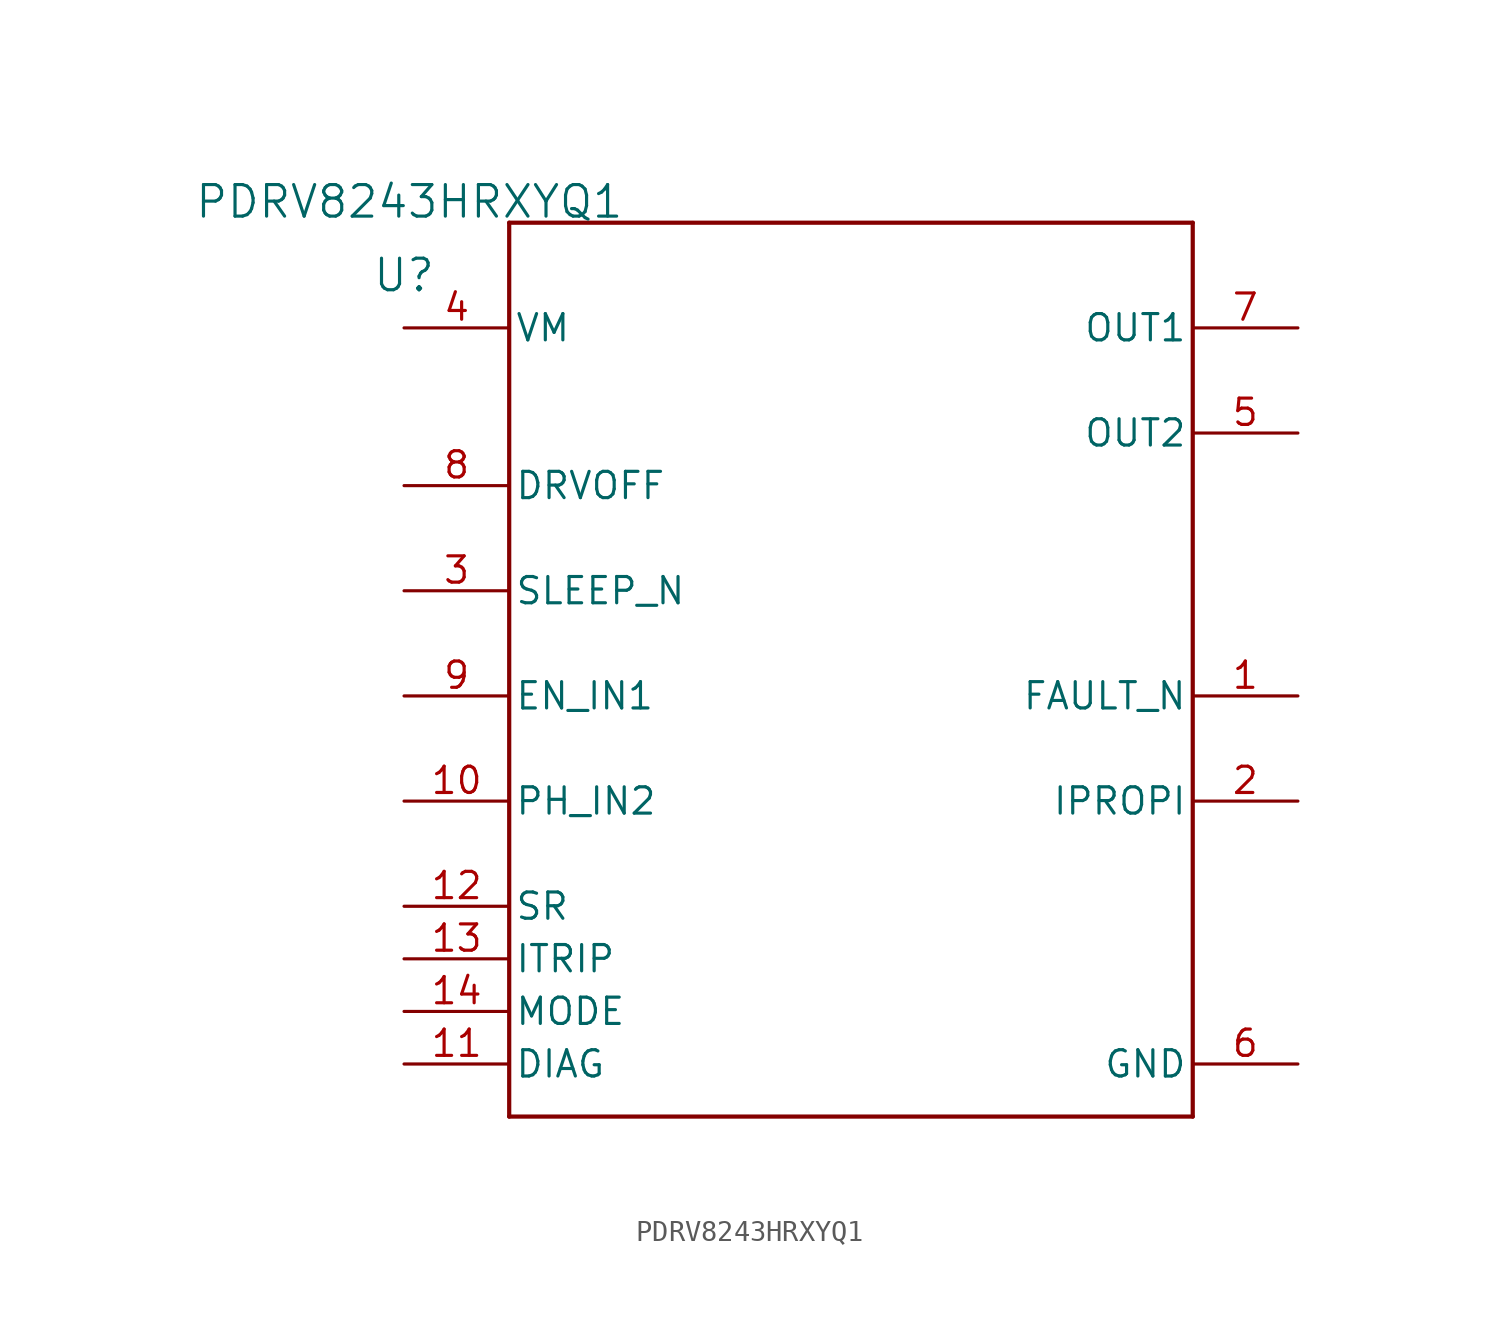
<source format=kicad_sym>
(kicad_symbol_lib
  (version 20231120)
  (generator "kicad_symbol_editor")
  (generator_version "8.0")
  (symbol "PDRV8243HRXYQ1"
    (pin_names
      (offset 0.254))
    (property "Reference" "U"
      (at 0 2.54 0)
      (effects (font (size 1.524 1.524))))
    (property "Value" "PDRV8243HRXYQ1"
      (at 0.254 6.096 0)
      (effects (font (size 1.524 1.524))))
    (property "ki_locked" ""
      (at 0 0 0)
      (effects (font (size 1.27 1.27))))
    (symbol "PDRV8243HRXYQ1_0_1"
      (polyline (pts (xy 5.08 -38.1) (xy 38.1 -38.1)) (stroke (width 0.203) (type default)) (fill (type none)))
      (polyline (pts (xy 5.08 5.08) (xy 5.08 -38.1)) (stroke (width 0.203) (type default)) (fill (type none)))
      (polyline (pts (xy 38.1 -38.1) (xy 38.1 5.08)) (stroke (width 0.203) (type default)) (fill (type none)))
      (polyline (pts (xy 38.1 5.08) (xy 5.08 5.08)) (stroke (width 0.203) (type default)) (fill (type none)))
      (pin open_collector line (at 43.18 -17.78 180) (length 5.08) (name "FAULT_N" (effects (font (size 1.27 1.27)))) (number "1" (effects (font (size 1.27 1.27)))))
      (pin input line (at 0 -22.86 0) (length 5.08) (name "PH_IN2" (effects (font (size 1.27 1.27)))) (number "10" (effects (font (size 1.27 1.27)))))
      (pin bidirectional line (at 43.18 -22.86 180) (length 5.08) (name "IPROPI" (effects (font (size 1.27 1.27)))) (number "2" (effects (font (size 1.27 1.27)))))
      (pin input line (at 0 -12.7 0) (length 5.08) (name "SLEEP_N" (effects (font (size 1.27 1.27)))) (number "3" (effects (font (size 1.27 1.27)))))
      (pin power_in line (at 0 0 0) (length 5.08) (name "VM" (effects (font (size 1.27 1.27)))) (number "4" (effects (font (size 1.27 1.27)))))
      (pin unspecified line (at 43.18 -5.08 180) (length 5.08) (name "OUT2" (effects (font (size 1.27 1.27)))) (number "5" (effects (font (size 1.27 1.27)))))
      (pin power_in line (at 43.18 -35.56 180) (length 5.08) (name "GND" (effects (font (size 1.27 1.27)))) (number "6" (effects (font (size 1.27 1.27)))))
      (pin unspecified line (at 43.18 0 180) (length 5.08) (name "OUT1" (effects (font (size 1.27 1.27)))) (number "7" (effects (font (size 1.27 1.27)))))
      (pin input line (at 0 -7.62 0) (length 5.08) (name "DRVOFF" (effects (font (size 1.27 1.27)))) (number "8" (effects (font (size 1.27 1.27)))))
      (pin input line (at 0 -17.78 0) (length 5.08) (name "EN_IN1" (effects (font (size 1.27 1.27)))) (number "9" (effects (font (size 1.27 1.27))))))
    (symbol "PDRV8243HRXYQ1_1_1"
      (pin input line (at 0 -35.56 0) (length 5.08) (name "DIAG" (effects (font (size 1.27 1.27)))) (number "11" (effects (font (size 1.27 1.27)))))
      (pin input line (at 0 -27.94 0) (length 5.08) (name "SR" (effects (font (size 1.27 1.27)))) (number "12" (effects (font (size 1.27 1.27)))))
      (pin input line (at 0 -30.48 0) (length 5.08) (name "ITRIP" (effects (font (size 1.27 1.27)))) (number "13" (effects (font (size 1.27 1.27)))))
      (pin output line (at 0 -33.02 0) (length 5.08) (name "MODE" (effects (font (size 1.27 1.27)))) (number "14" (effects (font (size 1.27 1.27))))))))
</source>
